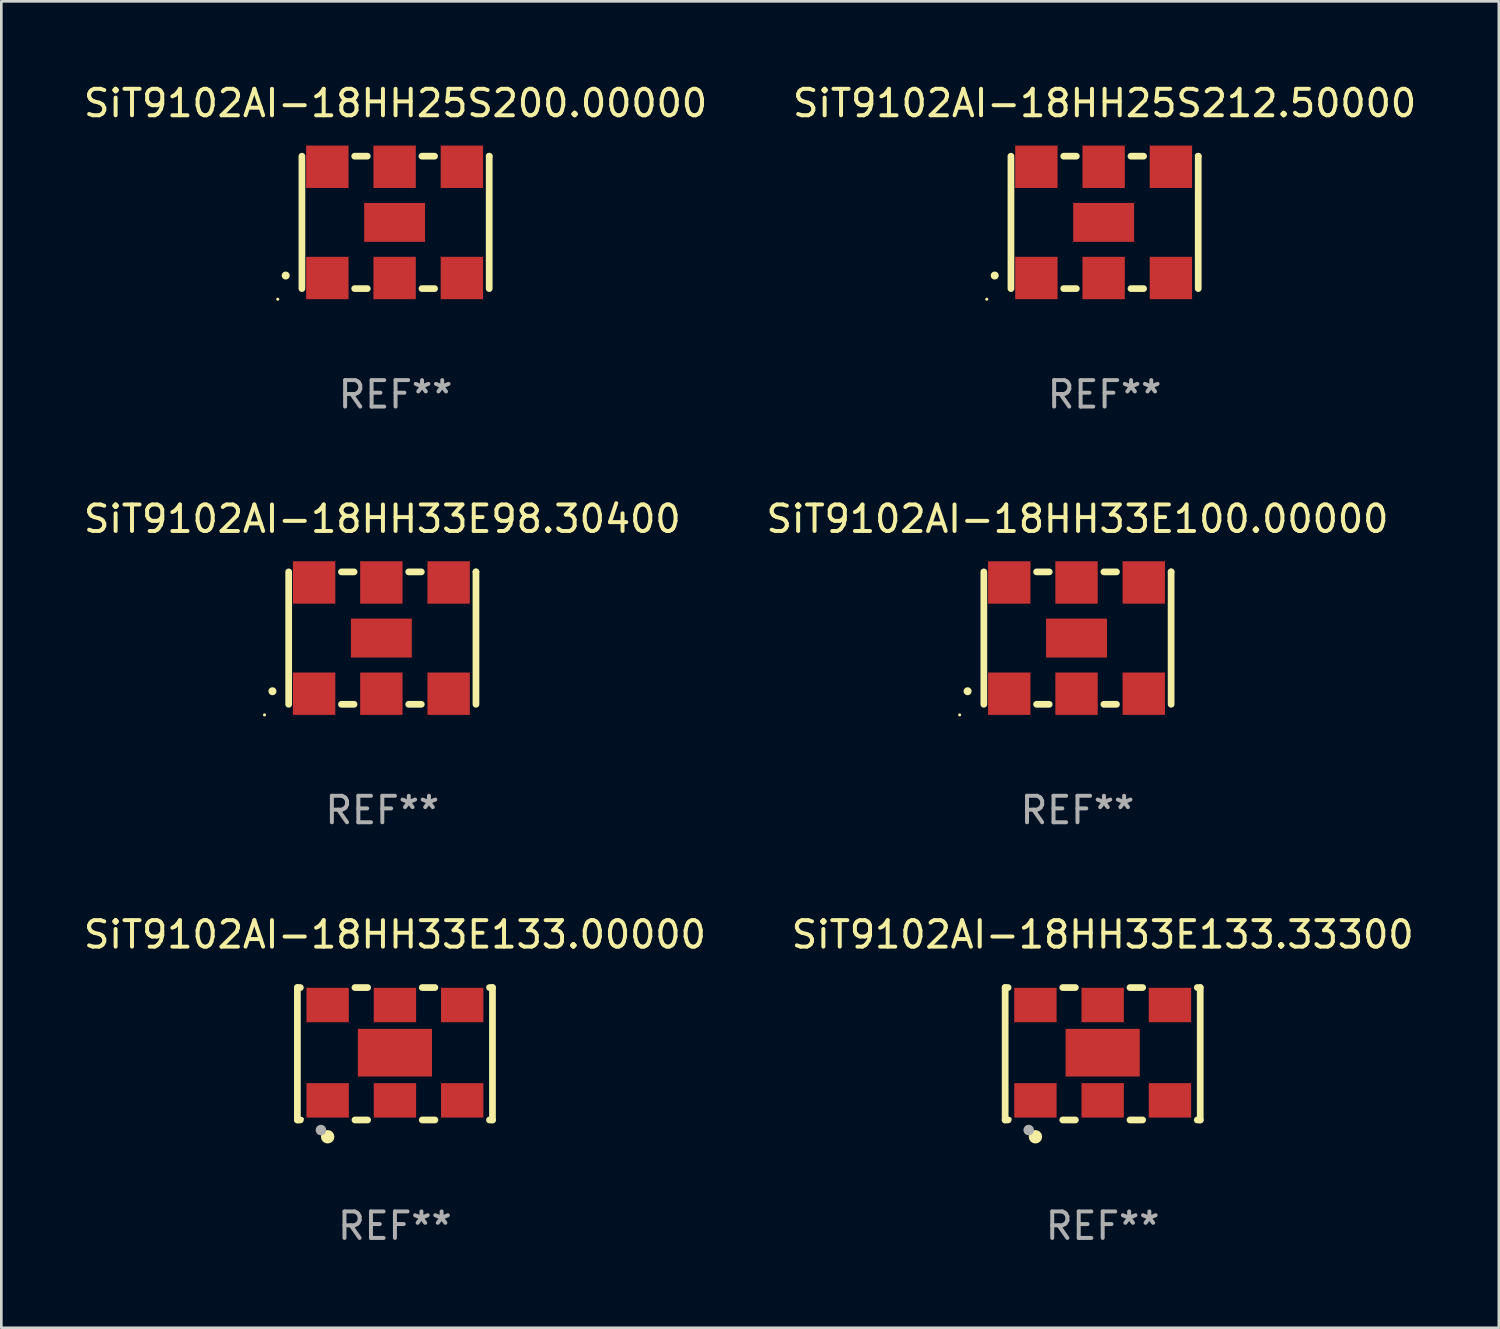
<source format=kicad_pcb>
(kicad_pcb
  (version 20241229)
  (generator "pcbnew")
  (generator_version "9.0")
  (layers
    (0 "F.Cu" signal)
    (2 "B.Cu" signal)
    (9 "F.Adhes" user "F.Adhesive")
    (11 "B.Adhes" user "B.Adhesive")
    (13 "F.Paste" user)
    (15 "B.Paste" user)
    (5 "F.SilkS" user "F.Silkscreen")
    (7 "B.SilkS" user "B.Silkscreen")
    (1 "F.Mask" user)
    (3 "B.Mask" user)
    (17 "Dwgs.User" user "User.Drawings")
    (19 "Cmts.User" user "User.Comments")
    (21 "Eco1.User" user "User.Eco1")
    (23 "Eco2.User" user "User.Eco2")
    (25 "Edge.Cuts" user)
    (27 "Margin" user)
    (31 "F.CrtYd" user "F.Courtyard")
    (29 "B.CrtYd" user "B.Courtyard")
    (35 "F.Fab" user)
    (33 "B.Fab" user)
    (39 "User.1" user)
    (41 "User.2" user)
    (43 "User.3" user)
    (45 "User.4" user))
  (footprint "SiT9102AI-18HH33E100.00000"
    (layer "F.Cu")
    (at 37.637 21.045)
    (property "Reference" "SiT9102AI-18HH33E100.00000" (at 0 -4.5 0) (layer "F.SilkS") (effects (font (size 1 1) (thickness 0.15))))
    (attr through_hole)
    (fp_line (start -3.536 -2.5) (end -3.536 2.5) (stroke (width 0.254) (type solid)) (layer "F.SilkS"))
    (fp_line (start -1.544 2.5) (end -1.067 2.5) (stroke (width 0.254) (type solid)) (layer "F.SilkS"))
    (fp_line (start -1.067 -2.5) (end -1.544 -2.5) (stroke (width 0.254) (type solid)) (layer "F.SilkS"))
    (fp_line (start 0.996 2.5) (end 1.473 2.5) (stroke (width 0.254) (type solid)) (layer "F.SilkS"))
    (fp_line (start 1.473 -2.5) (end 0.996 -2.5) (stroke (width 0.254) (type solid)) (layer "F.SilkS"))
    (fp_line (start 3.536 -2.5) (end 3.536 -2.5) (stroke (width 0.254) (type solid)) (layer "F.SilkS"))
    (fp_line (start 3.536 2.5) (end 3.536 -2.5) (stroke (width 0.254) (type solid)) (layer "F.SilkS"))
    (fp_arc (start -4.150432 2.006604) (mid -4.149162 2.006599) (end -4.147892 2.006604) (stroke (width 0.3) (type solid)) (layer "F.SilkS"))
    (fp_circle (center -4.449 2.9) (end -4.419 2.9) (stroke (width 0.06) (type solid)) (fill no) (layer "F.SilkS"))
    (fp_text user "REF**" (at 0 6.5 0) (layer "F.Fab") (effects (font (size 1 1) (thickness 0.15))))
    (pad "1" smd rect (at -2.576 2.1) (size 1.6 1.6) (layers "F.Cu" "F.Mask" "F.Paste"))
    (pad "2" smd rect (at -0.036 2.1) (size 1.6 1.6) (layers "F.Cu" "F.Mask" "F.Paste"))
    (pad "3" smd rect (at 2.504 2.1) (size 1.6 1.6) (layers "F.Cu" "F.Mask" "F.Paste"))
    (pad "4" smd rect (at 2.504 -2.1) (size 1.6 1.6) (layers "F.Cu" "F.Mask" "F.Paste"))
    (pad "5" smd rect (at -0.036 -2.1) (size 1.6 1.6) (layers "F.Cu" "F.Mask" "F.Paste"))
    (pad "6" smd rect (at -2.576 -2.1) (size 1.6 1.6) (layers "F.Cu" "F.Mask" "F.Paste"))
    (pad "7" smd rect (at -0.036 0) (size 2.3 1.47) (layers "F.Cu" "F.Mask" "F.Paste")))
  (footprint "SiT9102AI-18HH33E133.00000"
    (layer "F.Cu")
    (at 11.863 36.741)
    (property "Reference" "SiT9102AI-18HH33E133.00000" (at 0 -4.5 0) (layer "F.SilkS") (effects (font (size 1 1) (thickness 0.15))))
    (attr through_hole)
    (fp_line (start -3.683 -2.5) (end -3.571 -2.5) (stroke (width 0.254) (type solid)) (layer "F.SilkS"))
    (fp_line (start -3.683 2.5) (end -3.683 -2.5) (stroke (width 0.254) (type solid)) (layer "F.SilkS"))
    (fp_line (start -3.683 2.5) (end -3.571 2.5) (stroke (width 0.254) (type solid)) (layer "F.SilkS"))
    (fp_line (start -1.509 -2.5) (end -1.031 -2.5) (stroke (width 0.254) (type solid)) (layer "F.SilkS"))
    (fp_line (start -1.509 2.5) (end -1.031 2.5) (stroke (width 0.254) (type solid)) (layer "F.SilkS"))
    (fp_line (start 1.031 -2.5) (end 1.509 -2.5) (stroke (width 0.254) (type solid)) (layer "F.SilkS"))
    (fp_line (start 1.031 2.5) (end 1.509 2.5) (stroke (width 0.254) (type solid)) (layer "F.SilkS"))
    (fp_line (start 3.571 -2.5) (end 3.683 -2.5) (stroke (width 0.254) (type solid)) (layer "F.SilkS"))
    (fp_line (start 3.571 2.5) (end 3.683 2.5) (stroke (width 0.254) (type solid)) (layer "F.SilkS"))
    (fp_line (start 3.683 2.5) (end 3.683 -2.5) (stroke (width 0.254) (type solid)) (layer "F.SilkS"))
    (fp_circle (center -3.5 2.46) (end -3.47 2.46) (stroke (width 0.06) (type solid)) (fill no) (layer "F.SilkS"))
    (fp_circle (center -2.54 3.135) (end -2.413 3.135) (stroke (width 0.254) (type solid)) (fill no) (layer "F.SilkS"))
    (fp_circle (center -2.794 2.881) (end -2.694 2.881) (stroke (width 0.2) (type solid)) (fill no) (layer "F.Fab"))
    (fp_text user "REF**" (at 0 6.5 0) (layer "F.Fab") (effects (font (size 1 1) (thickness 0.15))))
    (pad "1" smd rect (at -2.54 1.76) (size 1.6 1.3) (layers "F.Cu" "F.Mask" "F.Paste"))
    (pad "2" smd rect (at 0 1.76) (size 1.6 1.3) (layers "F.Cu" "F.Mask" "F.Paste"))
    (pad "3" smd rect (at 2.54 1.76) (size 1.6 1.3) (layers "F.Cu" "F.Mask" "F.Paste"))
    (pad "4" smd rect (at 2.54 -1.84) (size 1.6 1.3) (layers "F.Cu" "F.Mask" "F.Paste"))
    (pad "5" smd rect (at 0 -1.84) (size 1.6 1.3) (layers "F.Cu" "F.Mask" "F.Paste"))
    (pad "6" smd rect (at -2.54 -1.84) (size 1.6 1.3) (layers "F.Cu" "F.Mask" "F.Paste"))
    (pad "7" smd rect (at 0 -0.04) (size 2.8 1.8) (layers "F.Cu" "F.Mask" "F.Paste")))
  (footprint "SiT9102AI-18HH33E133.33300"
    (layer "F.Cu")
    (at 38.589 36.741)
    (property "Reference" "SiT9102AI-18HH33E133.33300" (at 0 -4.5 0) (layer "F.SilkS") (effects (font (size 1 1) (thickness 0.15))))
    (attr through_hole)
    (fp_line (start -3.683 -2.5) (end -3.571 -2.5) (stroke (width 0.254) (type solid)) (layer "F.SilkS"))
    (fp_line (start -3.683 2.5) (end -3.683 -2.5) (stroke (width 0.254) (type solid)) (layer "F.SilkS"))
    (fp_line (start -3.683 2.5) (end -3.571 2.5) (stroke (width 0.254) (type solid)) (layer "F.SilkS"))
    (fp_line (start -1.509 -2.5) (end -1.031 -2.5) (stroke (width 0.254) (type solid)) (layer "F.SilkS"))
    (fp_line (start -1.509 2.5) (end -1.031 2.5) (stroke (width 0.254) (type solid)) (layer "F.SilkS"))
    (fp_line (start 1.031 -2.5) (end 1.509 -2.5) (stroke (width 0.254) (type solid)) (layer "F.SilkS"))
    (fp_line (start 1.031 2.5) (end 1.509 2.5) (stroke (width 0.254) (type solid)) (layer "F.SilkS"))
    (fp_line (start 3.571 -2.5) (end 3.683 -2.5) (stroke (width 0.254) (type solid)) (layer "F.SilkS"))
    (fp_line (start 3.571 2.5) (end 3.683 2.5) (stroke (width 0.254) (type solid)) (layer "F.SilkS"))
    (fp_line (start 3.683 2.5) (end 3.683 -2.5) (stroke (width 0.254) (type solid)) (layer "F.SilkS"))
    (fp_circle (center -3.5 2.46) (end -3.47 2.46) (stroke (width 0.06) (type solid)) (fill no) (layer "F.SilkS"))
    (fp_circle (center -2.54 3.135) (end -2.413 3.135) (stroke (width 0.254) (type solid)) (fill no) (layer "F.SilkS"))
    (fp_circle (center -2.794 2.881) (end -2.694 2.881) (stroke (width 0.2) (type solid)) (fill no) (layer "F.Fab"))
    (fp_text user "REF**" (at 0 6.5 0) (layer "F.Fab") (effects (font (size 1 1) (thickness 0.15))))
    (pad "1" smd rect (at -2.54 1.76) (size 1.6 1.3) (layers "F.Cu" "F.Mask" "F.Paste"))
    (pad "2" smd rect (at 0 1.76) (size 1.6 1.3) (layers "F.Cu" "F.Mask" "F.Paste"))
    (pad "3" smd rect (at 2.54 1.76) (size 1.6 1.3) (layers "F.Cu" "F.Mask" "F.Paste"))
    (pad "4" smd rect (at 2.54 -1.84) (size 1.6 1.3) (layers "F.Cu" "F.Mask" "F.Paste"))
    (pad "5" smd rect (at 0 -1.84) (size 1.6 1.3) (layers "F.Cu" "F.Mask" "F.Paste"))
    (pad "6" smd rect (at -2.54 -1.84) (size 1.6 1.3) (layers "F.Cu" "F.Mask" "F.Paste"))
    (pad "7" smd rect (at 0 -0.04) (size 2.8 1.8) (layers "F.Cu" "F.Mask" "F.Paste")))
  (footprint "SiT9102AI-18HH33E98.30400"
    (layer "F.Cu")
    (at 11.387 21.045)
    (property "Reference" "SiT9102AI-18HH33E98.30400" (at 0 -4.5 0) (layer "F.SilkS") (effects (font (size 1 1) (thickness 0.15))))
    (attr through_hole)
    (fp_line (start -3.536 -2.5) (end -3.536 2.5) (stroke (width 0.254) (type solid)) (layer "F.SilkS"))
    (fp_line (start -1.544 2.5) (end -1.067 2.5) (stroke (width 0.254) (type solid)) (layer "F.SilkS"))
    (fp_line (start -1.067 -2.5) (end -1.544 -2.5) (stroke (width 0.254) (type solid)) (layer "F.SilkS"))
    (fp_line (start 0.996 2.5) (end 1.473 2.5) (stroke (width 0.254) (type solid)) (layer "F.SilkS"))
    (fp_line (start 1.473 -2.5) (end 0.996 -2.5) (stroke (width 0.254) (type solid)) (layer "F.SilkS"))
    (fp_line (start 3.536 -2.5) (end 3.536 -2.5) (stroke (width 0.254) (type solid)) (layer "F.SilkS"))
    (fp_line (start 3.536 2.5) (end 3.536 -2.5) (stroke (width 0.254) (type solid)) (layer "F.SilkS"))
    (fp_arc (start -4.150432 2.006604) (mid -4.149162 2.006599) (end -4.147892 2.006604) (stroke (width 0.3) (type solid)) (layer "F.SilkS"))
    (fp_circle (center -4.449 2.9) (end -4.419 2.9) (stroke (width 0.06) (type solid)) (fill no) (layer "F.SilkS"))
    (fp_text user "REF**" (at 0 6.5 0) (layer "F.Fab") (effects (font (size 1 1) (thickness 0.15))))
    (pad "1" smd rect (at -2.576 2.1) (size 1.6 1.6) (layers "F.Cu" "F.Mask" "F.Paste"))
    (pad "2" smd rect (at -0.036 2.1) (size 1.6 1.6) (layers "F.Cu" "F.Mask" "F.Paste"))
    (pad "3" smd rect (at 2.504 2.1) (size 1.6 1.6) (layers "F.Cu" "F.Mask" "F.Paste"))
    (pad "4" smd rect (at 2.504 -2.1) (size 1.6 1.6) (layers "F.Cu" "F.Mask" "F.Paste"))
    (pad "5" smd rect (at -0.036 -2.1) (size 1.6 1.6) (layers "F.Cu" "F.Mask" "F.Paste"))
    (pad "6" smd rect (at -2.576 -2.1) (size 1.6 1.6) (layers "F.Cu" "F.Mask" "F.Paste"))
    (pad "7" smd rect (at -0.036 0) (size 2.3 1.47) (layers "F.Cu" "F.Mask" "F.Paste")))
  (footprint "SiT9102AI-18HH25S200.00000"
    (layer "F.Cu")
    (at 11.887 5.348)
    (property "Reference" "SiT9102AI-18HH25S200.00000" (at 0 -4.5 0) (layer "F.SilkS") (effects (font (size 1 1) (thickness 0.15))))
    (attr through_hole)
    (fp_line (start -3.536 -2.5) (end -3.536 2.5) (stroke (width 0.254) (type solid)) (layer "F.SilkS"))
    (fp_line (start -1.544 2.5) (end -1.067 2.5) (stroke (width 0.254) (type solid)) (layer "F.SilkS"))
    (fp_line (start -1.067 -2.5) (end -1.544 -2.5) (stroke (width 0.254) (type solid)) (layer "F.SilkS"))
    (fp_line (start 0.996 2.5) (end 1.473 2.5) (stroke (width 0.254) (type solid)) (layer "F.SilkS"))
    (fp_line (start 1.473 -2.5) (end 0.996 -2.5) (stroke (width 0.254) (type solid)) (layer "F.SilkS"))
    (fp_line (start 3.536 -2.5) (end 3.536 -2.5) (stroke (width 0.254) (type solid)) (layer "F.SilkS"))
    (fp_line (start 3.536 2.5) (end 3.536 -2.5) (stroke (width 0.254) (type solid)) (layer "F.SilkS"))
    (fp_arc (start -4.150432 2.006604) (mid -4.149162 2.006599) (end -4.147892 2.006604) (stroke (width 0.3) (type solid)) (layer "F.SilkS"))
    (fp_circle (center -4.449 2.9) (end -4.419 2.9) (stroke (width 0.06) (type solid)) (fill no) (layer "F.SilkS"))
    (fp_text user "REF**" (at 0 6.5 0) (layer "F.Fab") (effects (font (size 1 1) (thickness 0.15))))
    (pad "1" smd rect (at -2.576 2.1) (size 1.6 1.6) (layers "F.Cu" "F.Mask" "F.Paste"))
    (pad "2" smd rect (at -0.036 2.1) (size 1.6 1.6) (layers "F.Cu" "F.Mask" "F.Paste"))
    (pad "3" smd rect (at 2.504 2.1) (size 1.6 1.6) (layers "F.Cu" "F.Mask" "F.Paste"))
    (pad "4" smd rect (at 2.504 -2.1) (size 1.6 1.6) (layers "F.Cu" "F.Mask" "F.Paste"))
    (pad "5" smd rect (at -0.036 -2.1) (size 1.6 1.6) (layers "F.Cu" "F.Mask" "F.Paste"))
    (pad "6" smd rect (at -2.576 -2.1) (size 1.6 1.6) (layers "F.Cu" "F.Mask" "F.Paste"))
    (pad "7" smd rect (at -0.036 0) (size 2.3 1.47) (layers "F.Cu" "F.Mask" "F.Paste")))
  (footprint "SiT9102AI-18HH25S212.50000"
    (layer "F.Cu")
    (at 38.661 5.348)
    (property "Reference" "SiT9102AI-18HH25S212.50000" (at 0 -4.5 0) (layer "F.SilkS") (effects (font (size 1 1) (thickness 0.15))))
    (attr through_hole)
    (fp_line (start -3.536 -2.5) (end -3.536 2.5) (stroke (width 0.254) (type solid)) (layer "F.SilkS"))
    (fp_line (start -1.544 2.5) (end -1.067 2.5) (stroke (width 0.254) (type solid)) (layer "F.SilkS"))
    (fp_line (start -1.067 -2.5) (end -1.544 -2.5) (stroke (width 0.254) (type solid)) (layer "F.SilkS"))
    (fp_line (start 0.996 2.5) (end 1.473 2.5) (stroke (width 0.254) (type solid)) (layer "F.SilkS"))
    (fp_line (start 1.473 -2.5) (end 0.996 -2.5) (stroke (width 0.254) (type solid)) (layer "F.SilkS"))
    (fp_line (start 3.536 -2.5) (end 3.536 -2.5) (stroke (width 0.254) (type solid)) (layer "F.SilkS"))
    (fp_line (start 3.536 2.5) (end 3.536 -2.5) (stroke (width 0.254) (type solid)) (layer "F.SilkS"))
    (fp_arc (start -4.150432 2.006604) (mid -4.149162 2.006599) (end -4.147892 2.006604) (stroke (width 0.3) (type solid)) (layer "F.SilkS"))
    (fp_circle (center -4.449 2.9) (end -4.419 2.9) (stroke (width 0.06) (type solid)) (fill no) (layer "F.SilkS"))
    (fp_text user "REF**" (at 0 6.5 0) (layer "F.Fab") (effects (font (size 1 1) (thickness 0.15))))
    (pad "1" smd rect (at -2.576 2.1) (size 1.6 1.6) (layers "F.Cu" "F.Mask" "F.Paste"))
    (pad "2" smd rect (at -0.036 2.1) (size 1.6 1.6) (layers "F.Cu" "F.Mask" "F.Paste"))
    (pad "3" smd rect (at 2.504 2.1) (size 1.6 1.6) (layers "F.Cu" "F.Mask" "F.Paste"))
    (pad "4" smd rect (at 2.504 -2.1) (size 1.6 1.6) (layers "F.Cu" "F.Mask" "F.Paste"))
    (pad "5" smd rect (at -0.036 -2.1) (size 1.6 1.6) (layers "F.Cu" "F.Mask" "F.Paste"))
    (pad "6" smd rect (at -2.576 -2.1) (size 1.6 1.6) (layers "F.Cu" "F.Mask" "F.Paste"))
    (pad "7" smd rect (at -0.036 0) (size 2.3 1.47) (layers "F.Cu" "F.Mask" "F.Paste")))
  (gr_rect
    (start -3 -3)
    (end 53.548 47.09)
    (stroke (width 0.1) (type default))
    (fill no)
    (layer "Edge.Cuts")))
</source>
